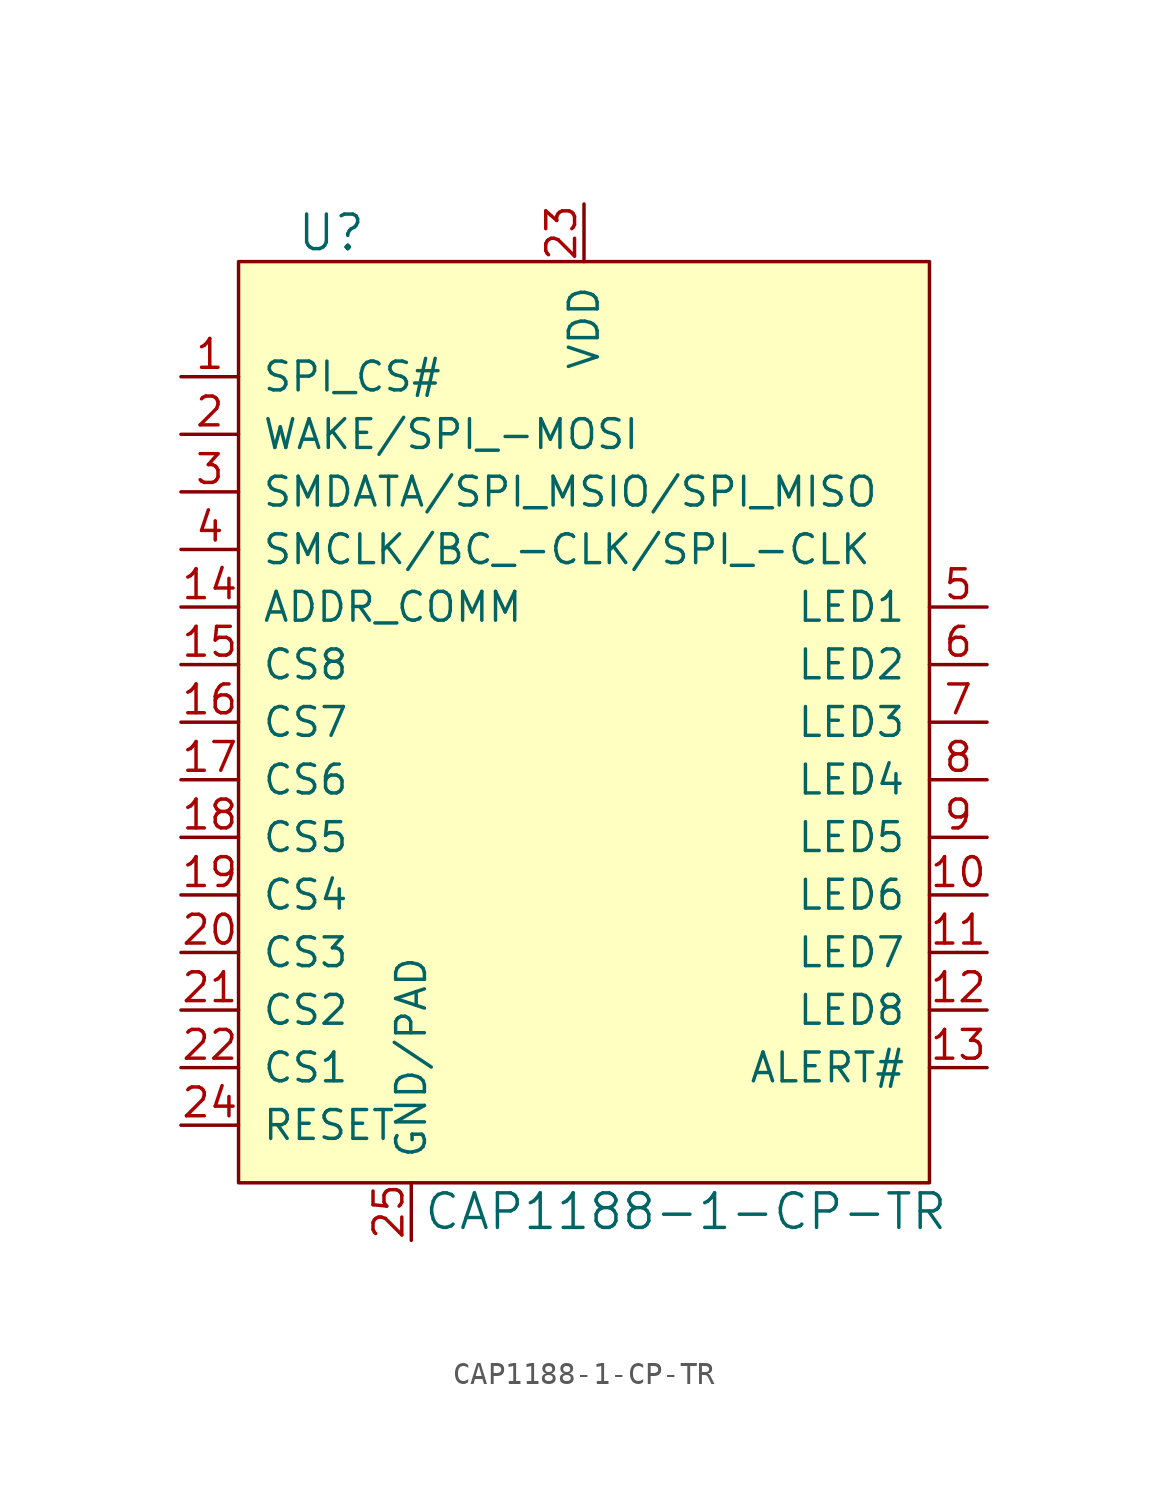
<source format=kicad_sym>
(kicad_symbol_lib
  (version 20220914)
  (generator kicad_symbol_editor)
  (symbol "CAP1188-1-CP-TR"
    (pin_names
      (offset 1.016))
    (property "Reference" "U"
      (at -12.7 21.59 0)
      (effects (font (size 1.524 1.524)) (justify left)))
    (property "Value" "CAP1188-1-CP-TR"
      (at -7.112 -21.59 0)
      (effects (font (size 1.524 1.524)) (justify left)))
    (symbol "CAP1188-1-CP-TR_0_1"
      (rectangle (start -15.24 20.32) (end 15.24 -20.32) (stroke (width 0) (type default)) (fill (type background))))
    (symbol "CAP1188-1-CP-TR_1_1"
      (pin input line (at -17.78 15.24 0) (length 2.54) (name "SPI_CS#" (effects (font (size 1.27 1.27)))) (number "1" (effects (font (size 1.27 1.27)))))
      (pin output line (at 17.78 -7.62 180) (length 2.54) (name "LED6" (effects (font (size 1.27 1.27)))) (number "10" (effects (font (size 1.27 1.27)))))
      (pin output line (at 17.78 -10.16 180) (length 2.54) (name "LED7" (effects (font (size 1.27 1.27)))) (number "11" (effects (font (size 1.27 1.27)))))
      (pin output line (at 17.78 -12.7 180) (length 2.54) (name "LED8" (effects (font (size 1.27 1.27)))) (number "12" (effects (font (size 1.27 1.27)))))
      (pin output line (at 17.78 -15.24 180) (length 2.54) (name "ALERT#" (effects (font (size 1.27 1.27)))) (number "13" (effects (font (size 1.27 1.27)))))
      (pin input line (at -17.78 5.08 0) (length 2.54) (name "ADDR_COMM" (effects (font (size 1.27 1.27)))) (number "14" (effects (font (size 1.27 1.27)))))
      (pin bidirectional line (at -17.78 2.54 0) (length 2.54) (name "CS8" (effects (font (size 1.27 1.27)))) (number "15" (effects (font (size 1.27 1.27)))))
      (pin bidirectional line (at -17.78 0 0) (length 2.54) (name "CS7" (effects (font (size 1.27 1.27)))) (number "16" (effects (font (size 1.27 1.27)))))
      (pin bidirectional line (at -17.78 -2.54 0) (length 2.54) (name "CS6" (effects (font (size 1.27 1.27)))) (number "17" (effects (font (size 1.27 1.27)))))
      (pin bidirectional line (at -17.78 -5.08 0) (length 2.54) (name "CS5" (effects (font (size 1.27 1.27)))) (number "18" (effects (font (size 1.27 1.27)))))
      (pin bidirectional line (at -17.78 -7.62 0) (length 2.54) (name "CS4" (effects (font (size 1.27 1.27)))) (number "19" (effects (font (size 1.27 1.27)))))
      (pin bidirectional line (at -17.78 12.7 0) (length 2.54) (name "WAKE/SPI_-MOSI" (effects (font (size 1.27 1.27)))) (number "2" (effects (font (size 1.27 1.27)))))
      (pin bidirectional line (at -17.78 -10.16 0) (length 2.54) (name "CS3" (effects (font (size 1.27 1.27)))) (number "20" (effects (font (size 1.27 1.27)))))
      (pin bidirectional line (at -17.78 -12.7 0) (length 2.54) (name "CS2" (effects (font (size 1.27 1.27)))) (number "21" (effects (font (size 1.27 1.27)))))
      (pin bidirectional line (at -17.78 -15.24 0) (length 2.54) (name "CS1" (effects (font (size 1.27 1.27)))) (number "22" (effects (font (size 1.27 1.27)))))
      (pin power_in line (at 0 22.86 270) (length 2.54) (name "VDD" (effects (font (size 1.27 1.27)))) (number "23" (effects (font (size 1.27 1.27)))))
      (pin input line (at -17.78 -17.78 0) (length 2.54) (name "RESET" (effects (font (size 1.27 1.27)))) (number "24" (effects (font (size 1.27 1.27)))))
      (pin power_in line (at -7.62 -22.86 90) (length 2.54) (name "GND/PAD" (effects (font (size 1.27 1.27)))) (number "25" (effects (font (size 1.27 1.27)))))
      (pin bidirectional line (at -17.78 10.16 0) (length 2.54) (name "SMDATA/SPI_MSIO/SPI_MISO" (effects (font (size 1.27 1.27)))) (number "3" (effects (font (size 1.27 1.27)))))
      (pin input line (at -17.78 7.62 0) (length 2.54) (name "SMCLK/BC_-CLK/SPI_-CLK" (effects (font (size 1.27 1.27)))) (number "4" (effects (font (size 1.27 1.27)))))
      (pin output line (at 17.78 5.08 180) (length 2.54) (name "LED1" (effects (font (size 1.27 1.27)))) (number "5" (effects (font (size 1.27 1.27)))))
      (pin output line (at 17.78 2.54 180) (length 2.54) (name "LED2" (effects (font (size 1.27 1.27)))) (number "6" (effects (font (size 1.27 1.27)))))
      (pin output line (at 17.78 0 180) (length 2.54) (name "LED3" (effects (font (size 1.27 1.27)))) (number "7" (effects (font (size 1.27 1.27)))))
      (pin output line (at 17.78 -2.54 180) (length 2.54) (name "LED4" (effects (font (size 1.27 1.27)))) (number "8" (effects (font (size 1.27 1.27)))))
      (pin output line (at 17.78 -5.08 180) (length 2.54) (name "LED5" (effects (font (size 1.27 1.27)))) (number "9" (effects (font (size 1.27 1.27))))))))
</source>
